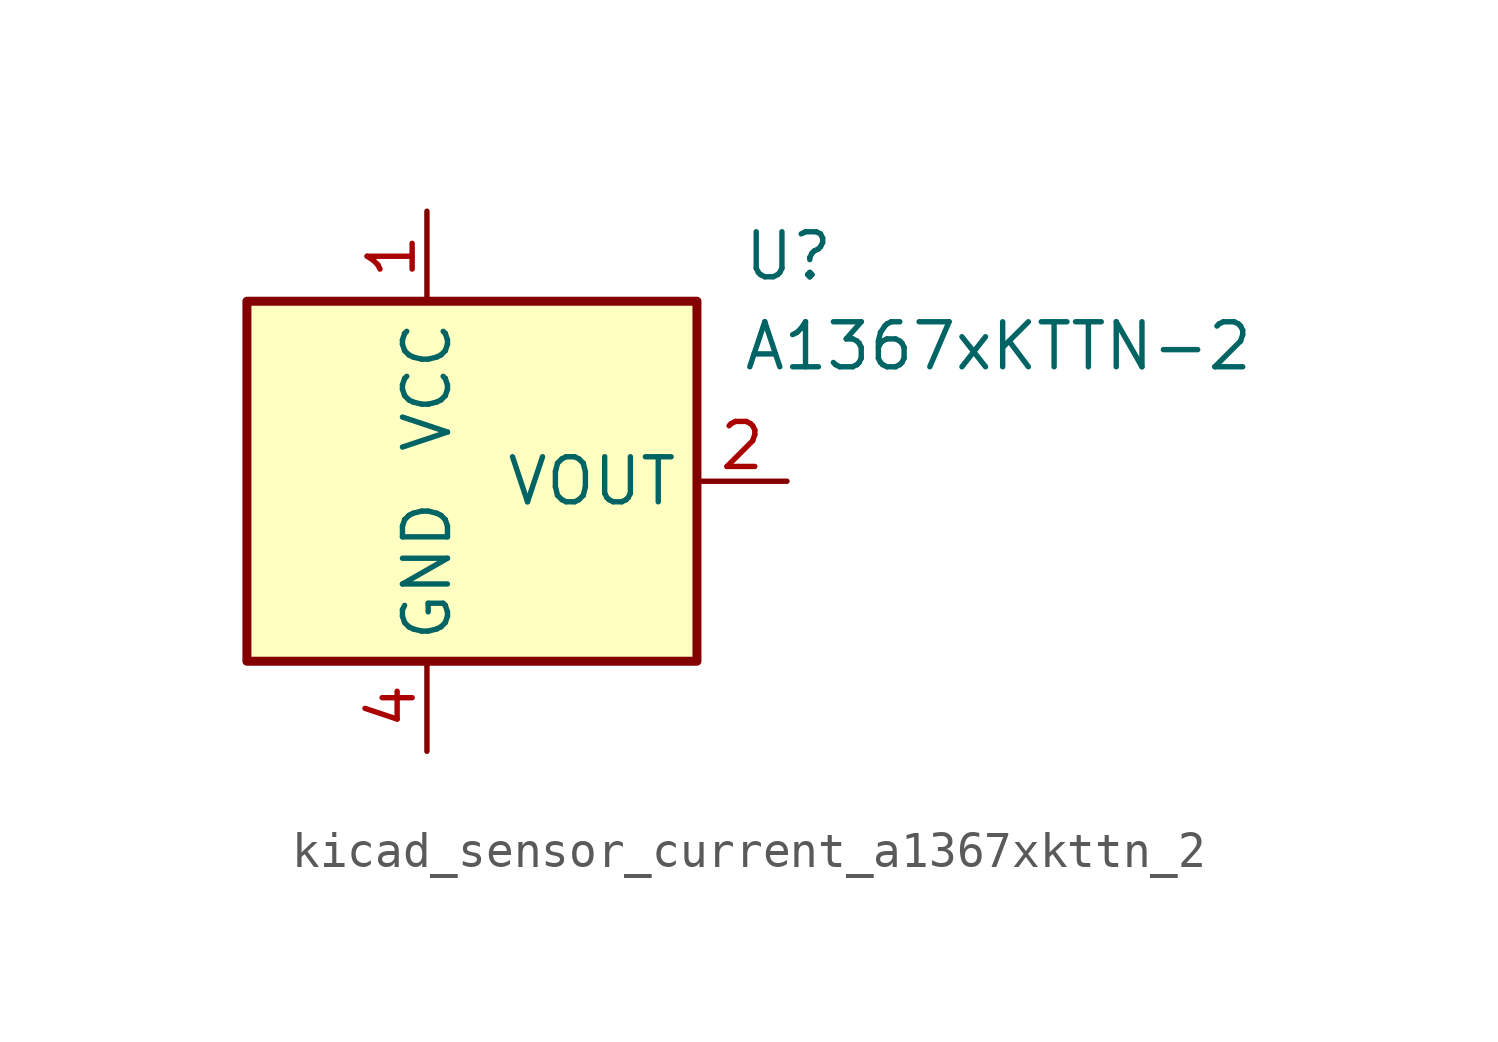
<source format=kicad_sym>
(kicad_symbol_lib
  (version 20220914)
  (generator kicad_symbol_editor)
  (symbol "kicad_sensor_current_a1367xkttn_2"
    (property "Reference" "U"
      (at 8.89 6.35 0)
      (effects (font (size 1.27 1.27)) (justify left)))
    (property "Value" "A1367xKTTN-2"
      (at 8.89 3.81 0)
      (effects (font (size 1.27 1.27)) (justify left)))
    (symbol "kicad_sensor_current_a1367xkttn_2_0_1"
      (rectangle (start -5.08 5.08) (end 7.62 -5.08) (stroke (width 0.254) (type default)) (fill (type background))))
    (symbol "kicad_sensor_current_a1367xkttn_2_1_1"
      (pin power_in line (at 0 7.62 270) (length 2.54) (name "VCC" (effects (font (size 1.27 1.27)))) (number "1" (effects (font (size 1.27 1.27)))))
      (pin output line (at 10.16 0 180) (length 2.54) (name "VOUT" (effects (font (size 1.27 1.27)))) (number "2" (effects (font (size 1.27 1.27)))))
      (pin no_connect line (at 7.62 -2.54 180) (length 2.54) hide (name "NC" (effects (font (size 1.27 1.27)))) (number "3" (effects (font (size 1.27 1.27)))))
      (pin power_in line (at 0 -7.62 90) (length 2.54) (name "GND" (effects (font (size 1.27 1.27)))) (number "4" (effects (font (size 1.27 1.27))))))))
</source>
